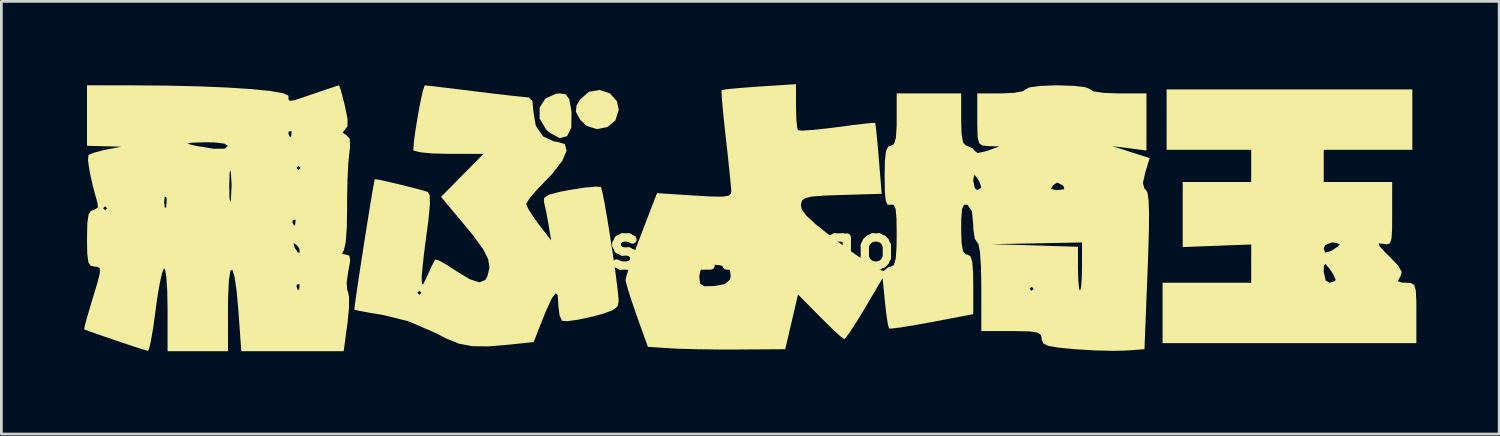
<source format=kicad_pcb>
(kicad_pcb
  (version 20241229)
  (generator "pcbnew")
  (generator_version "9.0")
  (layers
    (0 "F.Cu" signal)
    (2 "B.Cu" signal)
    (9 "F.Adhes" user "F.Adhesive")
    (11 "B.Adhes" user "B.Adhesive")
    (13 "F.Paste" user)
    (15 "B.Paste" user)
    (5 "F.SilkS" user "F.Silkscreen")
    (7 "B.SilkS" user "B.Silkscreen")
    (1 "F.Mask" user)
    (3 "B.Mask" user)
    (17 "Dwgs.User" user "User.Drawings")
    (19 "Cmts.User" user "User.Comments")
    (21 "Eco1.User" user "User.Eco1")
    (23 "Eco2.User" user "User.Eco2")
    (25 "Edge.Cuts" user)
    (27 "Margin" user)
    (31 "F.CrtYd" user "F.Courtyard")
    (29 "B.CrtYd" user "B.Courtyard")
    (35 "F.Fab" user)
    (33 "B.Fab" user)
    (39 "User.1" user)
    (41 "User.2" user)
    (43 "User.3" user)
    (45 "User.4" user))
  (footprint "sc11logo"
    (layer "F.Cu")
    (at 24.189 5.882)
    (property "Reference" "sc11logo" (at 0 0 0) (layer "F.SilkS") (effects (font (size 1.524 1.524) (thickness 0.3))))
    (attr board_only exclude_from_pos_files exclude_from_bom)
    (fp_poly (pts (xy -5.144 -5.552) (xy -4.886 -5.269) (xy -4.817 -4.963) (xy -4.935 -4.573) (xy -5.228 -4.328) (xy -5.609 -4.253) (xy -5.988 -4.37) (xy -6.217 -4.598) (xy -6.372 -4.884) (xy -6.347 -5.109) (xy -6.217 -5.328) (xy -5.899 -5.605) (xy -5.511 -5.672)) (stroke (width 0) (type solid)) (fill yes) (layer "F.SilkS"))
    (fp_poly (pts (xy -6.733 -5.509) (xy -6.615 -5.346) (xy -6.544 -4.984) (xy -6.529 -4.854) (xy -6.537 -4.312) (xy -6.689 -3.997) (xy -6.96 -3.927) (xy -7.321 -4.12) (xy -7.445 -4.233) (xy -7.684 -4.631) (xy -7.684 -5.034) (xy -7.474 -5.362) (xy -7.084 -5.537) (xy -6.942 -5.547)) (stroke (width 0) (type solid)) (fill yes) (layer "F.SilkS"))
    (fp_poly (pts (xy 23.94 -3.503) (xy 20.729 -3.503) (xy 20.729 -2.336) (xy 23.21 -2.336) (xy 23.21 -1.181) (xy 23.206 -0.608) (xy 23.183 -0.27) (xy 23.123 -0.112) (xy 23.009 -0.078) (xy 22.882 -0.099) (xy 22.724 -0.111) (xy 22.744 -0.018) (xy 22.959 0.216) (xy 23.11 0.363) (xy 23.432 0.699) (xy 23.554 0.919) (xy 23.509 1.086) (xy 23.494 1.105) (xy 23.416 1.257) (xy 23.568 1.31) (xy 23.703 1.314) (xy 23.898 1.326) (xy 24.012 1.402) (xy 24.067 1.604) (xy 24.085 1.993) (xy 24.086 2.409) (xy 24.086 3.503) (xy 14.89 3.503) (xy 14.89 1.314) (xy 18.101 1.314) (xy 18.101 0.921) (xy 20.729 0.921) (xy 20.8 1.235) (xy 20.948 1.314) (xy 21.139 1.255) (xy 21.162 1.204) (xy 21.079 1.014) (xy 20.943 0.811) (xy 20.788 0.63) (xy 20.735 0.691) (xy 20.729 0.921) (xy 18.101 0.921) (xy 18.101 0.62) (xy 18.102 0.078) (xy 20.729 0.078) (xy 20.779 0.223) (xy 20.978 0.168) (xy 21.021 0.146) (xy 21.25 -0.003) (xy 21.313 -0.078) (xy 21.19 -0.133) (xy 21.021 -0.146) (xy 20.781 -0.052) (xy 20.729 0.078) (xy 18.102 0.078) (xy 18.102 -0.073) (xy 16.861 -0.026) (xy 15.62 0.021) (xy 15.62 -2.336) (xy 18.101 -2.336) (xy 18.101 -3.503) (xy 15.036 -3.503) (xy 15.036 -5.693) (xy 23.94 -5.693)) (stroke (width 0) (type solid)) (fill yes) (layer "F.SilkS"))
    (fp_poly (pts (xy -11.67 -5.82) (xy -11.268 -5.773) (xy -10.695 -5.704) (xy -10.013 -5.62) (xy -10.005 -5.619) (xy -9.31 -5.534) (xy -8.715 -5.465) (xy -8.281 -5.418) (xy -8.075 -5.401) (xy -7.945 -5.268) (xy -7.911 -4.894) (xy -7.911 -4.891) (xy -7.823 -4.371) (xy -7.554 -3.986) (xy -7.155 -3.802) (xy -7.057 -3.795) (xy -6.771 -3.71) (xy -6.708 -3.472) (xy -6.863 -3.105) (xy -7.227 -2.634) (xy -7.445 -2.409) (xy -7.807 -2.031) (xy -8.067 -1.72) (xy -8.171 -1.542) (xy -8.171 -1.538) (xy -8.085 -1.343) (xy -7.871 -1.013) (xy -7.716 -0.803) (xy -7.265 -0.219) (xy -7.363 -0.803) (xy -7.443 -1.24) (xy -7.518 -1.58) (xy -7.531 -1.628) (xy -7.519 -1.765) (xy -7.354 -1.873) (xy -6.986 -1.973) (xy -6.573 -2.053) (xy -6.058 -2.133) (xy -5.663 -2.17) (xy -5.468 -2.158) (xy -5.463 -2.154) (xy -5.414 -1.989) (xy -5.337 -1.599) (xy -5.24 -1.047) (xy -5.135 -0.399) (xy -5.031 0.282) (xy -4.938 0.932) (xy -4.867 1.486) (xy -4.826 1.88) (xy -4.821 1.989) (xy -4.862 2.169) (xy -5.03 2.307) (xy -5.384 2.436) (xy -5.774 2.541) (xy -6.278 2.65) (xy -6.672 2.706) (xy -6.869 2.696) (xy -6.96 2.506) (xy -7.006 2.151) (xy -7.007 2.079) (xy -7.03 1.761) (xy -7.107 1.693) (xy -7.245 1.883) (xy -7.454 2.339) (xy -7.577 2.644) (xy -7.901 3.464) (xy -8.789 3.557) (xy -9.552 3.62) (xy -10.125 3.613) (xy -10.603 3.522) (xy -11.082 3.329) (xy -11.466 3.129) (xy -12.447 2.707) (xy -13.36 2.481) (xy -13.863 2.398) (xy -14.233 2.33) (xy -14.396 2.292) (xy -14.398 2.291) (xy -14.384 2.148) (xy -14.333 1.776) (xy -14.319 1.679) (xy -12.116 1.679) (xy -12.043 1.752) (xy -11.97 1.679) (xy -12.043 1.606) (xy -12.116 1.679) (xy -14.319 1.679) (xy -14.253 1.232) (xy -14.153 0.576) (xy -14.043 -0.133) (xy -13.931 -0.838) (xy -13.828 -1.48) (xy -13.742 -1.999) (xy -13.681 -2.338) (xy -13.658 -2.439) (xy -13.521 -2.421) (xy -13.19 -2.349) (xy -12.752 -2.246) (xy -12.298 -2.133) (xy -11.913 -2.03) (xy -11.736 -1.977) (xy -11.667 -1.852) (xy -11.66 -1.523) (xy -11.714 -0.956) (xy -11.767 -0.56) (xy -11.852 0.082) (xy -11.918 0.65) (xy -11.955 1.058) (xy -11.959 1.168) (xy -11.947 1.374) (xy -11.891 1.35) (xy -11.761 1.076) (xy -11.74 1.029) (xy -11.584 0.687) (xy -11.476 0.483) (xy -11.464 0.467) (xy -11.323 0.511) (xy -11.021 0.683) (xy -10.75 0.862) (xy -10.227 1.182) (xy -9.872 1.298) (xy -9.653 1.215) (xy -9.577 1.083) (xy -9.503 0.774) (xy -9.547 0.464) (xy -9.734 0.093) (xy -10.089 -0.393) (xy -10.373 -0.74) (xy -11.257 -1.798) (xy -10.487 -2.578) (xy -9.717 -3.357) (xy -10.99 -3.357) (xy -11.572 -3.372) (xy -12.009 -3.413) (xy -12.241 -3.471) (xy -12.262 -3.497) (xy -12.239 -3.802) (xy -12.178 -4.248) (xy -12.095 -4.755) (xy -12.004 -5.242) (xy -11.919 -5.626) (xy -11.855 -5.826) (xy -11.843 -5.838)) (stroke (width 0) (type solid)) (fill yes) (layer "F.SilkS"))
    (fp_poly (pts (xy -21.162 -5.829) (xy -19.997 -5.802) (xy -18.966 -5.758) (xy -18.1 -5.701) (xy -17.428 -5.632) (xy -16.982 -5.554) (xy -16.792 -5.468) (xy -16.787 -5.452) (xy -16.785 -5.331) (xy -16.737 -5.278) (xy -16.582 -5.3) (xy -16.26 -5.402) (xy -15.839 -5.547) (xy -15.389 -5.7) (xy -15.068 -5.806) (xy -14.954 -5.839) (xy -14.904 -5.711) (xy -14.812 -5.381) (xy -14.74 -5.093) (xy -14.645 -4.624) (xy -14.647 -4.36) (xy -14.737 -4.237) (xy -14.824 -4.122) (xy -14.7 -4.046) (xy -14.565 -3.904) (xy -14.554 -3.588) (xy -14.579 -3.405) (xy -14.618 -3.013) (xy -14.647 -2.427) (xy -14.661 -1.744) (xy -14.661 -1.387) (xy -14.672 -0.68) (xy -14.711 -0.156) (xy -14.776 0.138) (xy -14.807 0.18) (xy -14.841 0.271) (xy -14.723 0.29) (xy -14.58 0.331) (xy -14.547 0.5) (xy -14.613 0.872) (xy -14.619 0.899) (xy -14.677 1.301) (xy -14.658 1.581) (xy -14.632 1.63) (xy -14.589 1.827) (xy -14.593 2.227) (xy -14.643 2.746) (xy -14.647 2.774) (xy -14.785 3.795) (xy -18.496 3.795) (xy -18.596 2.374) (xy -18.667 1.586) (xy -18.686 1.46) (xy -16.495 1.46) (xy -16.442 1.58) (xy -16.398 1.557) (xy -16.381 1.384) (xy -16.398 1.362) (xy -16.485 1.382) (xy -16.495 1.46) (xy -18.686 1.46) (xy -18.744 1.073) (xy -18.821 0.838) (xy -18.89 0.882) (xy -18.943 1.21) (xy -18.973 1.824) (xy -18.977 2.233) (xy -18.977 3.795) (xy -21.167 3.795) (xy -21.167 2.254) (xy -21.178 1.625) (xy -21.209 1.138) (xy -21.254 0.848) (xy -21.296 0.793) (xy -21.367 0.963) (xy -21.455 1.358) (xy -21.548 1.911) (xy -21.604 2.334) (xy -21.688 2.944) (xy -21.77 3.427) (xy -21.841 3.722) (xy -21.876 3.784) (xy -22.05 3.734) (xy -22.426 3.613) (xy -22.931 3.444) (xy -23.064 3.399) (xy -23.58 3.222) (xy -23.973 3.084) (xy -24.176 3.009) (xy -24.189 3.003) (xy -24.164 2.864) (xy -24.068 2.514) (xy -23.922 2.02) (xy -23.872 1.855) (xy -23.704 1.299) (xy -23.621 0.965) (xy -23.62 0.796) (xy -23.697 0.737) (xy -23.806 0.73) (xy -23.953 0.699) (xy -24.038 0.566) (xy -24.077 0.269) (xy -24.084 -0.131) (xy -16.6 -0.131) (xy -16.569 0.015) (xy -16.559 0.043) (xy -16.443 0.222) (xy -16.378 0.223) (xy -16.394 0.068) (xy -16.477 -0.039) (xy -16.6 -0.131) (xy -24.084 -0.131) (xy -24.086 -0.255) (xy -24.086 -0.292) (xy -24.074 -0.842) (xy -24.07 -0.876) (xy -16.641 -0.876) (xy -16.588 -0.756) (xy -16.544 -0.779) (xy -16.527 -0.952) (xy -16.544 -0.973) (xy -16.631 -0.953) (xy -16.641 -0.876) (xy -24.07 -0.876) (xy -24.03 -1.158) (xy -23.942 -1.294) (xy -23.857 -1.314) (xy -23.733 -1.387) (xy -23.502 -1.387) (xy -23.429 -1.314) (xy -23.356 -1.387) (xy -23.429 -1.46) (xy -23.502 -1.387) (xy -23.733 -1.387) (xy -23.693 -1.41) (xy -23.705 -1.569) (xy -23.715 -1.606) (xy -21.29 -1.606) (xy -21.267 -1.399) (xy -21.216 -1.423) (xy -21.197 -1.722) (xy -21.216 -1.788) (xy -21.269 -1.807) (xy -21.29 -1.606) (xy -23.715 -1.606) (xy -23.873 -2.184) (xy -23.874 -2.19) (xy -18.93 -2.19) (xy -18.923 -1.789) (xy -18.903 -1.61) (xy -18.875 -1.687) (xy -18.871 -1.715) (xy -18.847 -2.227) (xy -18.871 -2.664) (xy -18.9 -2.774) (xy -18.921 -2.625) (xy -18.93 -2.25) (xy -18.93 -2.19) (xy -23.874 -2.19) (xy -23.992 -2.725) (xy -24.01 -2.847) (xy -16.495 -2.847) (xy -16.422 -2.774) (xy -16.349 -2.847) (xy -16.422 -2.92) (xy -16.495 -2.847) (xy -24.01 -2.847) (xy -24.05 -3.124) (xy -24.034 -3.312) (xy -24.034 -3.313) (xy -23.843 -3.397) (xy -23.486 -3.491) (xy -23.394 -3.509) (xy -22.845 -3.616) (xy -24.086 -3.649) (xy -24.086 -3.74) (xy -20.437 -3.74) (xy -20.368 -3.701) (xy -20.145 -3.649) (xy -19.494 -3.541) (xy -19.103 -3.542) (xy -18.977 -3.649) (xy -19.11 -3.727) (xy -19.461 -3.771) (xy -19.816 -3.776) (xy -20.261 -3.762) (xy -20.437 -3.74) (xy -24.086 -3.74) (xy -24.086 -4.087) (xy -16.787 -4.087) (xy -16.734 -3.967) (xy -16.69 -3.99) (xy -16.673 -4.163) (xy -16.69 -4.185) (xy -16.777 -4.165) (xy -16.787 -4.087) (xy -24.086 -4.087) (xy -24.086 -5.839) (xy -22.431 -5.839)) (stroke (width 0) (type solid)) (fill yes) (layer "F.SilkS"))
    (fp_poly (pts (xy 1.606 -5.082) (xy 1.618 -4.628) (xy 1.648 -4.307) (xy 1.676 -4.212) (xy 1.842 -4.199) (xy 2.229 -4.225) (xy 2.77 -4.283) (xy 3.095 -4.325) (xy 3.684 -4.402) (xy 4.149 -4.457) (xy 4.426 -4.481) (xy 4.474 -4.479) (xy 4.499 -4.33) (xy 4.538 -3.959) (xy 4.586 -3.432) (xy 4.607 -3.179) (xy 4.711 -1.909) (xy 3.268 -1.867) (xy 2.606 -1.843) (xy 2.182 -1.81) (xy 1.939 -1.754) (xy 1.824 -1.663) (xy 1.782 -1.523) (xy 1.781 -1.518) (xy 1.813 -1.346) (xy 1.977 -1.123) (xy 2.302 -0.82) (xy 2.821 -0.404) (xy 3.239 -0.088) (xy 3.802 0.319) (xy 4.278 0.637) (xy 4.62 0.836) (xy 4.784 0.89) (xy 4.791 0.882) (xy 4.96 0.743) (xy 5.048 0.73) (xy 5.156 0.664) (xy 5.221 0.435) (xy 5.25 -0.005) (xy 5.255 -0.433) (xy 5.247 -1.017) (xy 5.216 -1.358) (xy 5.151 -1.508) (xy 5.043 -1.515) (xy 5.036 -1.513) (xy 4.924 -1.514) (xy 4.857 -1.658) (xy 4.825 -1.995) (xy 4.82 -2.372) (xy 8.031 -2.372) (xy 8.084 -2.116) (xy 8.175 -2.044) (xy 8.249 -2.088) (xy 10.847 -2.088) (xy 11.024 -2.045) (xy 11.094 -2.044) (xy 11.326 -2.073) (xy 11.303 -2.183) (xy 11.269 -2.219) (xy 11.071 -2.319) (xy 10.919 -2.219) (xy 10.847 -2.088) (xy 8.249 -2.088) (xy 8.315 -2.128) (xy 8.318 -2.153) (xy 8.246 -2.358) (xy 8.175 -2.482) (xy 8.068 -2.596) (xy 8.033 -2.451) (xy 8.031 -2.372) (xy 4.82 -2.372) (xy 4.817 -2.539) (xy 4.828 -3.121) (xy 4.869 -3.465) (xy 4.949 -3.622) (xy 5.036 -3.649) (xy 5.159 -3.713) (xy 5.227 -3.939) (xy 5.254 -4.383) (xy 5.255 -4.598) (xy 5.255 -5.547) (xy 7.591 -5.547) (xy 7.591 -4.598) (xy 7.607 -4.058) (xy 7.663 -3.759) (xy 7.77 -3.652) (xy 7.798 -3.649) (xy 8.02 -3.549) (xy 8.06 -3.482) (xy 8.186 -3.387) (xy 8.489 -3.45) (xy 8.547 -3.47) (xy 8.978 -3.626) (xy 8.576 -3.638) (xy 8.36 -3.657) (xy 8.24 -3.744) (xy 8.188 -3.966) (xy 8.175 -4.39) (xy 8.175 -4.598) (xy 8.175 -5.547) (xy 9.051 -5.547) (xy 9.517 -5.569) (xy 9.833 -5.627) (xy 9.926 -5.693) (xy 10.063 -5.765) (xy 10.436 -5.816) (xy 10.99 -5.839) (xy 11.094 -5.839) (xy 11.673 -5.822) (xy 12.079 -5.775) (xy 12.258 -5.706) (xy 12.262 -5.693) (xy 12.397 -5.618) (xy 12.759 -5.566) (xy 13.283 -5.547) (xy 14.306 -5.547) (xy 14.306 -3.478) (xy 13.685 -3.558) (xy 13.065 -3.638) (xy 13.743 -3.421) (xy 14.422 -3.203) (xy 14.263 -2.686) (xy 14.178 -2.303) (xy 14.229 -2.102) (xy 14.281 -2.059) (xy 14.343 -1.948) (xy 14.382 -1.686) (xy 14.399 -1.241) (xy 14.394 -0.584) (xy 14.367 0.318) (xy 14.346 0.887) (xy 14.233 3.722) (xy 13.576 3.771) (xy 13.106 3.782) (xy 12.473 3.767) (xy 11.802 3.728) (xy 11.715 3.722) (xy 11.118 3.665) (xy 10.756 3.603) (xy 10.573 3.519) (xy 10.513 3.394) (xy 10.51 3.344) (xy 10.481 3.201) (xy 10.353 3.118) (xy 10.067 3.077) (xy 9.562 3.066) (xy 9.416 3.066) (xy 8.321 3.066) (xy 8.321 1.533) (xy 10.072 1.533) (xy 10.145 1.606) (xy 10.218 1.533) (xy 10.145 1.46) (xy 10.072 1.533) (xy 8.321 1.533) (xy 8.321 1.46) (xy 8.308 0.735) (xy 8.272 0.205) (xy 8.218 -0.084) (xy 8.686 -0.084) (xy 11.824 0.01) (xy 11.824 0.808) (xy 11.836 1.246) (xy 11.867 1.536) (xy 11.897 1.606) (xy 11.936 1.473) (xy 11.962 1.128) (xy 11.97 0.73) (xy 11.97 -0.146) (xy 10.328 -0.115) (xy 8.686 -0.084) (xy 8.218 -0.084) (xy 8.217 -0.094) (xy 8.175 -0.146) (xy 8.087 -0.276) (xy 8.035 -0.605) (xy 8.029 -0.787) (xy 7.98 -1.275) (xy 7.83 -1.503) (xy 7.81 -1.513) (xy 7.69 -1.511) (xy 7.623 -1.354) (xy 7.594 -0.991) (xy 7.591 -0.652) (xy 7.606 -0.122) (xy 7.658 0.173) (xy 7.761 0.285) (xy 7.81 0.292) (xy 7.926 0.35) (xy 7.994 0.559) (xy 8.024 0.972) (xy 8.029 1.372) (xy 8.029 2.452) (xy 6.532 2.737) (xy 5.909 2.85) (xy 5.401 2.932) (xy 5.071 2.974) (xy 4.978 2.973) (xy 4.934 2.813) (xy 4.878 2.448) (xy 4.832 2.037) (xy 4.744 1.15) (xy 4.091 2.254) (xy 3.791 2.747) (xy 3.543 3.126) (xy 3.386 3.335) (xy 3.356 3.357) (xy 3.222 3.261) (xy 2.941 3.004) (xy 2.568 2.639) (xy 2.477 2.548) (xy 1.679 1.738) (xy 1.217 3.722) (xy -0.45 3.733) (xy -1.219 3.733) (xy -1.975 3.723) (xy -2.615 3.706) (xy -2.94 3.69) (xy -3.762 3.636) (xy -4.165 2.511) (xy -4.353 1.967) (xy -4.495 1.518) (xy -4.567 1.245) (xy -4.571 1.211) (xy -4.547 1.112) (xy -1.898 1.112) (xy -1.868 1.349) (xy -1.723 1.44) (xy -1.379 1.434) (xy -1.35 1.432) (xy -0.966 1.361) (xy -0.792 1.203) (xy -0.759 1.078) (xy -0.791 0.844) (xy -1.021 0.714) (xy -1.175 0.677) (xy -1.606 0.635) (xy -1.828 0.751) (xy -1.897 1.059) (xy -1.898 1.112) (xy -4.547 1.112) (xy -4.522 1.009) (xy -4.388 0.6) (xy -4.19 0.048) (xy -4.002 -0.449) (xy -3.43 -1.933) (xy -2.08 -1.846) (xy -1.445 -1.81) (xy -1.047 -1.807) (xy -0.832 -1.841) (xy -0.748 -1.921) (xy -0.738 -2.011) (xy -0.758 -2.251) (xy -0.804 -2.713) (xy -0.869 -3.326) (xy -0.938 -3.941) (xy -1.01 -4.606) (xy -1.063 -5.154) (xy -1.091 -5.527) (xy -1.091 -5.665) (xy -0.939 -5.694) (xy -0.562 -5.732) (xy -0.028 -5.775) (xy 0.276 -5.796) (xy 1.606 -5.882)) (stroke (width 0) (type solid)) (fill yes) (layer "F.SilkS")))
  (gr_rect
    (start -3 -3)
    (end 51.276 12.678)
    (stroke (width 0.1) (type default))
    (fill no)
    (layer "Edge.Cuts")))
</source>
